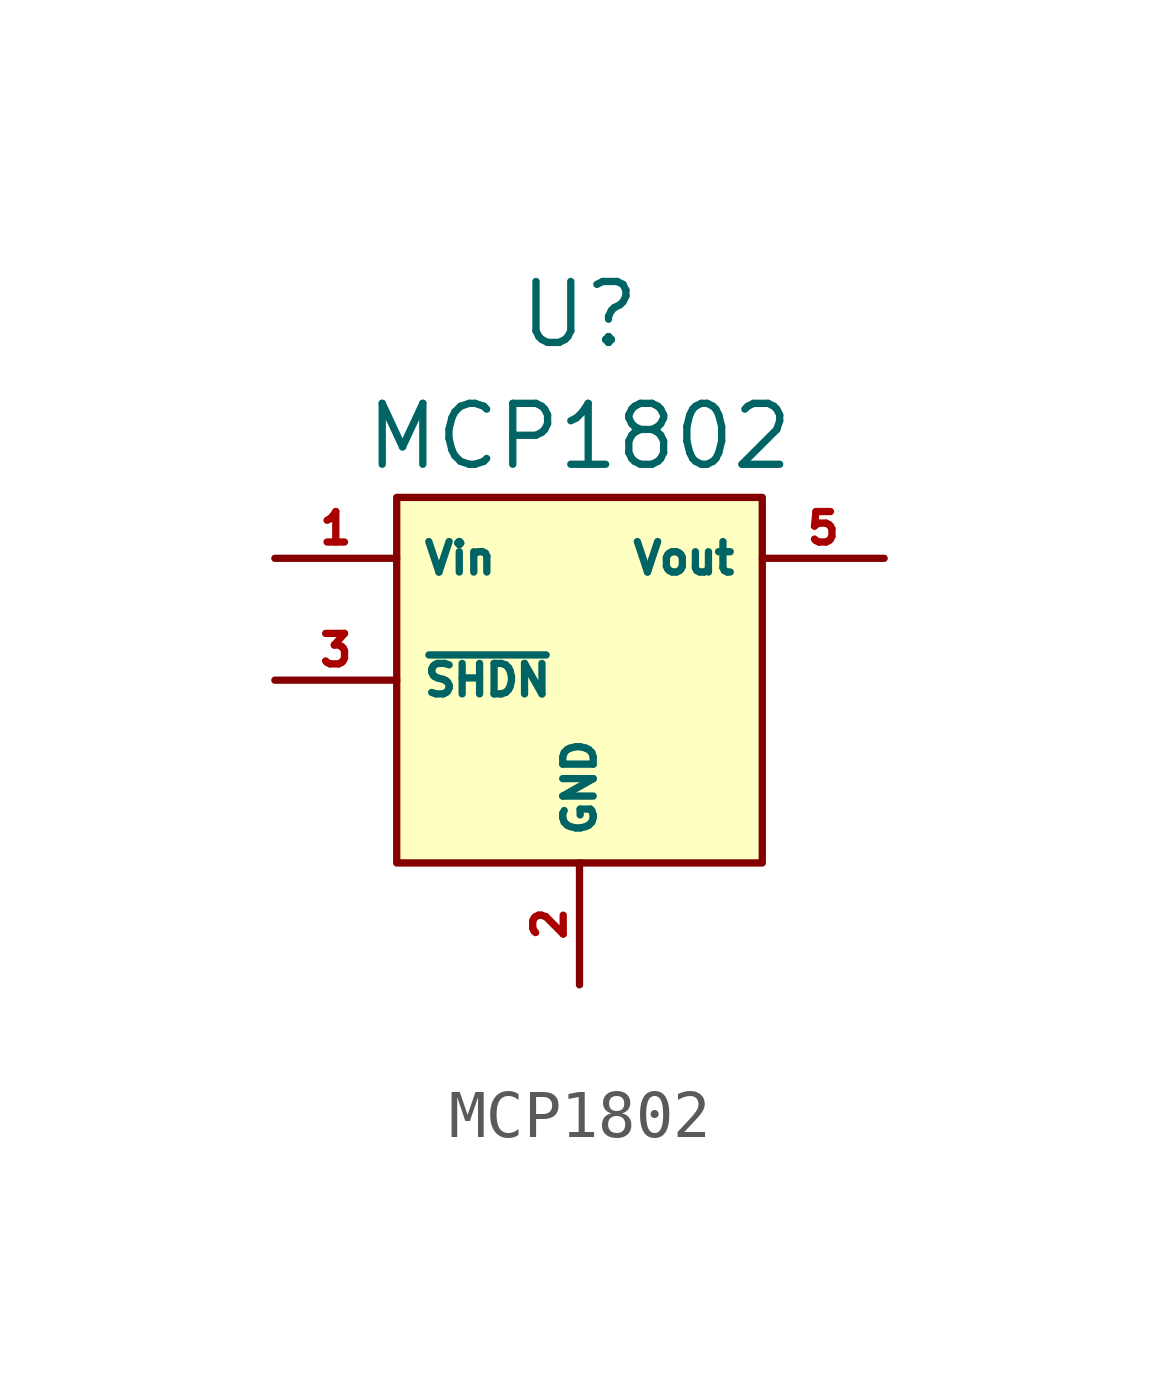
<source format=kicad_sym>
(kicad_symbol_lib
  (version 20211014)
  (generator kicad_symbol_editor)
  (symbol "MCP1802"
    (property "Reference" "U"
      (at 1.27 6.35 0)
      (effects (font (size 1.27 1.27))))
    (property "Value" "MCP1802"
      (at 1.27 3.81 0)
      (effects (font (size 1.27 1.27))))
    (symbol "MCP1802_0_1"
      (rectangle (start -2.54 2.54) (end 5.08 -5.08) (stroke (width 0) (type default) (color 0 0 0 0)) (fill (type background))))
    (symbol "MCP1802_1_1"
      (pin power_in line (at -5.08 1.27 0) (length 2.54) (name "Vin" (effects (font (size 0.635 0.635)))) (number "1" (effects (font (size 0.635 0.635)))))
      (pin power_in line (at 1.27 -7.62 90) (length 2.54) (name "GND" (effects (font (size 0.635 0.635)))) (number "2" (effects (font (size 0.635 0.635)))))
      (pin input line (at -5.08 -1.27 0) (length 2.54) (name "~{SHDN}" (effects (font (size 0.635 0.635)))) (number "3" (effects (font (size 0.635 0.635)))))
      (pin no_connect line (at 7.62 -1.27 180) (length 2.54) hide (name "NC" (effects (font (size 0.635 0.635)))) (number "4" (effects (font (size 0.635 0.635)))))
      (pin power_out line (at 7.62 1.27 180) (length 2.54) (name "Vout" (effects (font (size 0.635 0.635)))) (number "5" (effects (font (size 0.635 0.635))))))))
</source>
